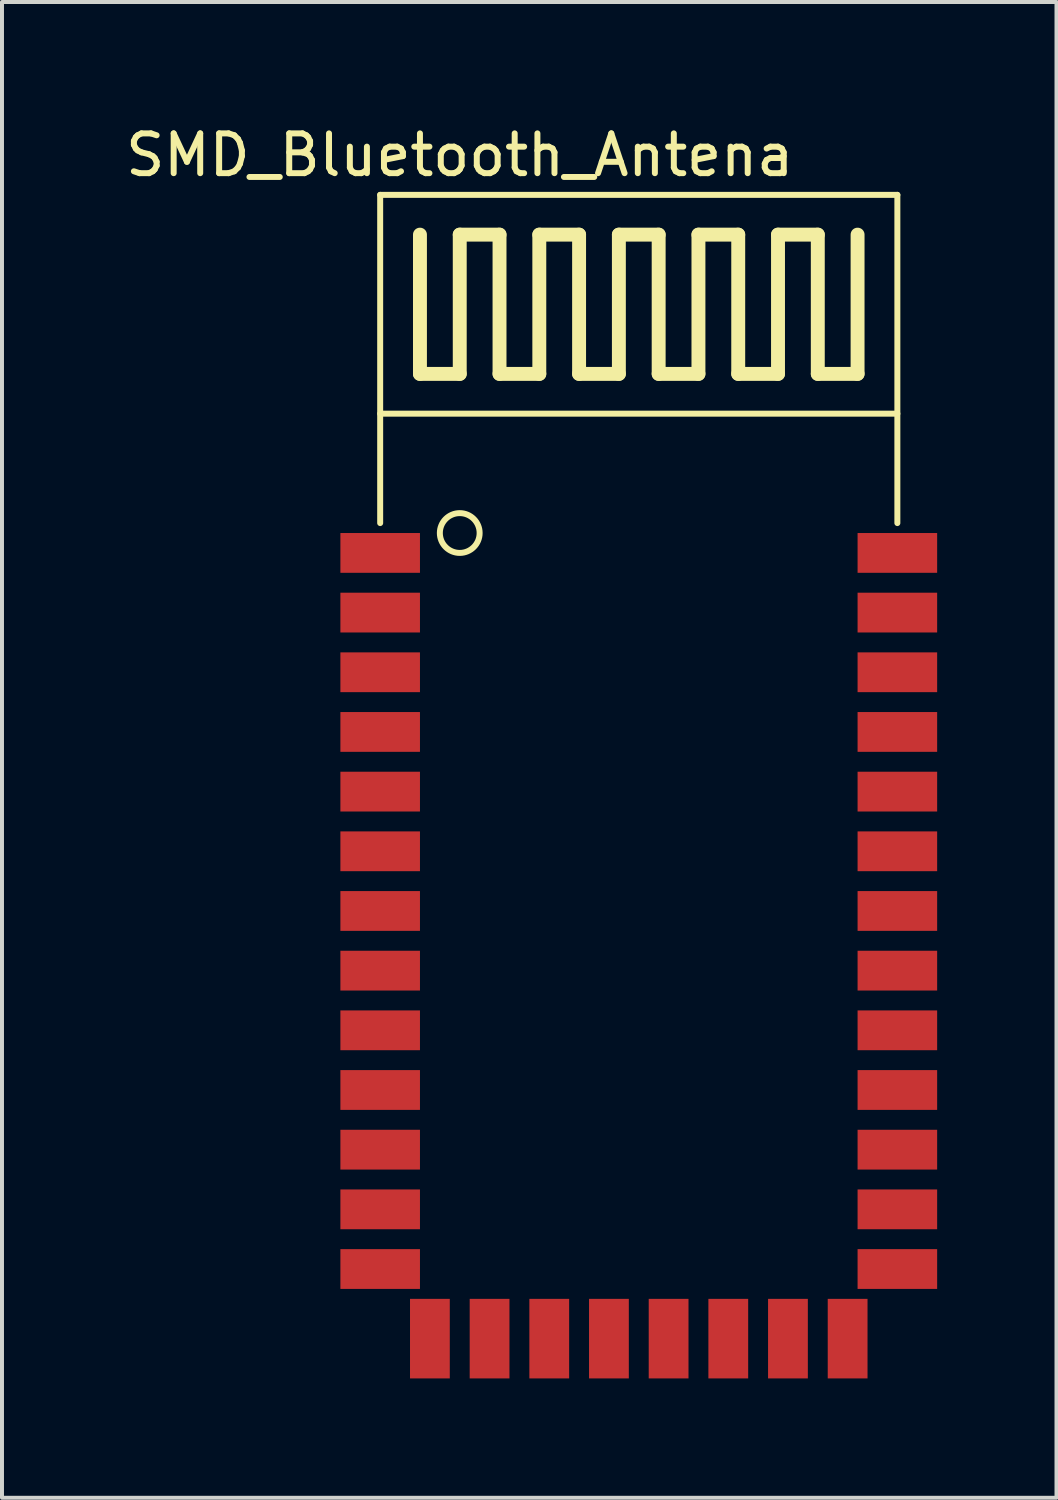
<source format=kicad_pcb>
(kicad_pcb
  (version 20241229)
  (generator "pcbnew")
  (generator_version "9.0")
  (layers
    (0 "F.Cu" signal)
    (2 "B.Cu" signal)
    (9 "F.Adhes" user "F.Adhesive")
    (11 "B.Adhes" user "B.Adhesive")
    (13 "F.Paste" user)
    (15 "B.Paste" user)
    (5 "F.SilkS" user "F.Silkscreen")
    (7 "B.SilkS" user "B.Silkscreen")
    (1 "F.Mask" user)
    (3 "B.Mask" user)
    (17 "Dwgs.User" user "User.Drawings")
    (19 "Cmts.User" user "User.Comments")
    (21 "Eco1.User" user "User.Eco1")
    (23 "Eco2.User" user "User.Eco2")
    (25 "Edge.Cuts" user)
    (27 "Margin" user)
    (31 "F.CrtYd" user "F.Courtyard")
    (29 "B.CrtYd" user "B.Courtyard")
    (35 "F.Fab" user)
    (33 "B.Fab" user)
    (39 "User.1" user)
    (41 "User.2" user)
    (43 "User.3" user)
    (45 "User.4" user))
  (footprint "SMD_Bluetooth_Antena"
    (layer "F.Cu")
    (at 13.006 19.848)
    (property "Reference" "SMD_Bluetooth_Antena" (at -4.5 -19 0) (layer "F.SilkS") (effects (font (size 1 1) (thickness 0.15))))
    (attr through_hole)
    (fp_line (start -6.5 -18) (end -6.5 -9.75) (stroke (width 0.15) (type solid)) (layer "F.SilkS"))
    (fp_line (start -6.5 -18) (end 6.5 -18) (stroke (width 0.15) (type solid)) (layer "F.SilkS"))
    (fp_line (start -6.5 -12.5) (end 6.5 -12.5) (stroke (width 0.15) (type solid)) (layer "F.SilkS"))
    (fp_line (start -5.5 -13.5) (end -5.5 -17) (stroke (width 0.35) (type solid)) (layer "F.SilkS"))
    (fp_line (start -4.5 -17) (end -4.5 -13.5) (stroke (width 0.35) (type solid)) (layer "F.SilkS"))
    (fp_line (start -4.5 -13.5) (end -5.5 -13.5) (stroke (width 0.35) (type solid)) (layer "F.SilkS"))
    (fp_line (start -3.5 -17) (end -4.5 -17) (stroke (width 0.35) (type solid)) (layer "F.SilkS"))
    (fp_line (start -3.5 -13.5) (end -3.5 -17) (stroke (width 0.35) (type solid)) (layer "F.SilkS"))
    (fp_line (start -2.5 -17) (end -2.5 -13.5) (stroke (width 0.35) (type solid)) (layer "F.SilkS"))
    (fp_line (start -2.5 -13.5) (end -3.5 -13.5) (stroke (width 0.35) (type solid)) (layer "F.SilkS"))
    (fp_line (start -1.5 -17) (end -2.5 -17) (stroke (width 0.35) (type solid)) (layer "F.SilkS"))
    (fp_line (start -1.5 -13.5) (end -1.5 -17) (stroke (width 0.35) (type solid)) (layer "F.SilkS"))
    (fp_line (start -0.5 -17) (end -0.5 -13.5) (stroke (width 0.35) (type solid)) (layer "F.SilkS"))
    (fp_line (start -0.5 -13.5) (end -1.5 -13.5) (stroke (width 0.35) (type solid)) (layer "F.SilkS"))
    (fp_line (start 0.5 -17) (end -0.5 -17) (stroke (width 0.35) (type solid)) (layer "F.SilkS"))
    (fp_line (start 0.5 -13.5) (end 0.5 -17) (stroke (width 0.35) (type solid)) (layer "F.SilkS"))
    (fp_line (start 1.5 -17) (end 1.5 -13.5) (stroke (width 0.35) (type solid)) (layer "F.SilkS"))
    (fp_line (start 1.5 -13.5) (end 0.5 -13.5) (stroke (width 0.35) (type solid)) (layer "F.SilkS"))
    (fp_line (start 2.5 -17) (end 1.5 -17) (stroke (width 0.35) (type solid)) (layer "F.SilkS"))
    (fp_line (start 2.5 -13.5) (end 2.5 -17) (stroke (width 0.35) (type solid)) (layer "F.SilkS"))
    (fp_line (start 3.5 -17) (end 3.5 -13.5) (stroke (width 0.35) (type solid)) (layer "F.SilkS"))
    (fp_line (start 3.5 -13.5) (end 2.5 -13.5) (stroke (width 0.35) (type solid)) (layer "F.SilkS"))
    (fp_line (start 4.5 -17) (end 3.5 -17) (stroke (width 0.35) (type solid)) (layer "F.SilkS"))
    (fp_line (start 4.5 -13.5) (end 4.5 -17) (stroke (width 0.35) (type solid)) (layer "F.SilkS"))
    (fp_line (start 5.5 -17) (end 5.5 -13.5) (stroke (width 0.35) (type solid)) (layer "F.SilkS"))
    (fp_line (start 5.5 -13.5) (end 4.5 -13.5) (stroke (width 0.35) (type solid)) (layer "F.SilkS"))
    (fp_line (start 6.5 -18) (end 6.5 -9.75) (stroke (width 0.15) (type solid)) (layer "F.SilkS"))
    (fp_circle (center -4.5 -9.5) (end -4 -9.5) (stroke (width 0.15) (type solid)) (fill no) (layer "F.SilkS"))
    (pad "1" smd rect (at -6.5 -9) (size 2 1) (layers "F.Cu" "F.Mask" "F.Paste"))
    (pad "2" smd rect (at -6.5 -7.5) (size 2 1) (layers "F.Cu" "F.Mask" "F.Paste"))
    (pad "3" smd rect (at -6.5 -6) (size 2 1) (layers "F.Cu" "F.Mask" "F.Paste"))
    (pad "4" smd rect (at -6.5 -4.5) (size 2 1) (layers "F.Cu" "F.Mask" "F.Paste"))
    (pad "5" smd rect (at -6.5 -3) (size 2 1) (layers "F.Cu" "F.Mask" "F.Paste"))
    (pad "6" smd rect (at -6.5 -1.5) (size 2 1) (layers "F.Cu" "F.Mask" "F.Paste"))
    (pad "7" smd rect (at -6.5 0) (size 2 1) (layers "F.Cu" "F.Mask" "F.Paste"))
    (pad "8" smd rect (at -6.5 1.5) (size 2 1) (layers "F.Cu" "F.Mask" "F.Paste"))
    (pad "9" smd rect (at -6.5 3) (size 2 1) (layers "F.Cu" "F.Mask" "F.Paste"))
    (pad "10" smd rect (at -6.5 4.5) (size 2 1) (layers "F.Cu" "F.Mask" "F.Paste"))
    (pad "11" smd rect (at -6.5 6) (size 2 1) (layers "F.Cu" "F.Mask" "F.Paste"))
    (pad "12" smd rect (at -6.5 7.5) (size 2 1) (layers "F.Cu" "F.Mask" "F.Paste"))
    (pad "13" smd rect (at -6.5 9) (size 2 1) (layers "F.Cu" "F.Mask" "F.Paste"))
    (pad "14" smd rect (at -5.25 10.75) (size 1 2) (layers "F.Cu" "F.Mask" "F.Paste"))
    (pad "15" smd rect (at -3.75 10.75) (size 1 2) (layers "F.Cu" "F.Mask" "F.Paste"))
    (pad "16" smd rect (at -2.25 10.75) (size 1 2) (layers "F.Cu" "F.Mask" "F.Paste"))
    (pad "17" smd rect (at -0.75 10.75) (size 1 2) (layers "F.Cu" "F.Mask" "F.Paste"))
    (pad "18" smd rect (at 0.75 10.75) (size 1 2) (layers "F.Cu" "F.Mask" "F.Paste"))
    (pad "19" smd rect (at 2.25 10.75) (size 1 2) (layers "F.Cu" "F.Mask" "F.Paste"))
    (pad "20" smd rect (at 3.75 10.75) (size 1 2) (layers "F.Cu" "F.Mask" "F.Paste"))
    (pad "21" smd rect (at 5.25 10.75) (size 1 2) (layers "F.Cu" "F.Mask" "F.Paste"))
    (pad "22" smd rect (at 6.5 9) (size 2 1) (layers "F.Cu" "F.Mask" "F.Paste"))
    (pad "23" smd rect (at 6.5 7.5) (size 2 1) (layers "F.Cu" "F.Mask" "F.Paste"))
    (pad "24" smd rect (at 6.5 6) (size 2 1) (layers "F.Cu" "F.Mask" "F.Paste"))
    (pad "25" smd rect (at 6.5 4.5) (size 2 1) (layers "F.Cu" "F.Mask" "F.Paste"))
    (pad "26" smd rect (at 6.5 3) (size 2 1) (layers "F.Cu" "F.Mask" "F.Paste"))
    (pad "27" smd rect (at 6.5 1.5) (size 2 1) (layers "F.Cu" "F.Mask" "F.Paste"))
    (pad "28" smd rect (at 6.5 0) (size 2 1) (layers "F.Cu" "F.Mask" "F.Paste"))
    (pad "29" smd rect (at 6.5 -1.5) (size 2 1) (layers "F.Cu" "F.Mask" "F.Paste"))
    (pad "30" smd rect (at 6.5 -3) (size 2 1) (layers "F.Cu" "F.Mask" "F.Paste"))
    (pad "31" smd rect (at 6.5 -4.5) (size 2 1) (layers "F.Cu" "F.Mask" "F.Paste"))
    (pad "32" smd rect (at 6.5 -6) (size 2 1) (layers "F.Cu" "F.Mask" "F.Paste"))
    (pad "33" smd rect (at 6.5 -7.5) (size 2 1) (layers "F.Cu" "F.Mask" "F.Paste"))
    (pad "34" smd rect (at 6.5 -9) (size 2 1) (layers "F.Cu" "F.Mask" "F.Paste")))
  (gr_rect
    (start -3 -3)
    (end 23.506 34.598)
    (stroke (width 0.1) (type default))
    (fill no)
    (layer "Edge.Cuts")))
</source>
